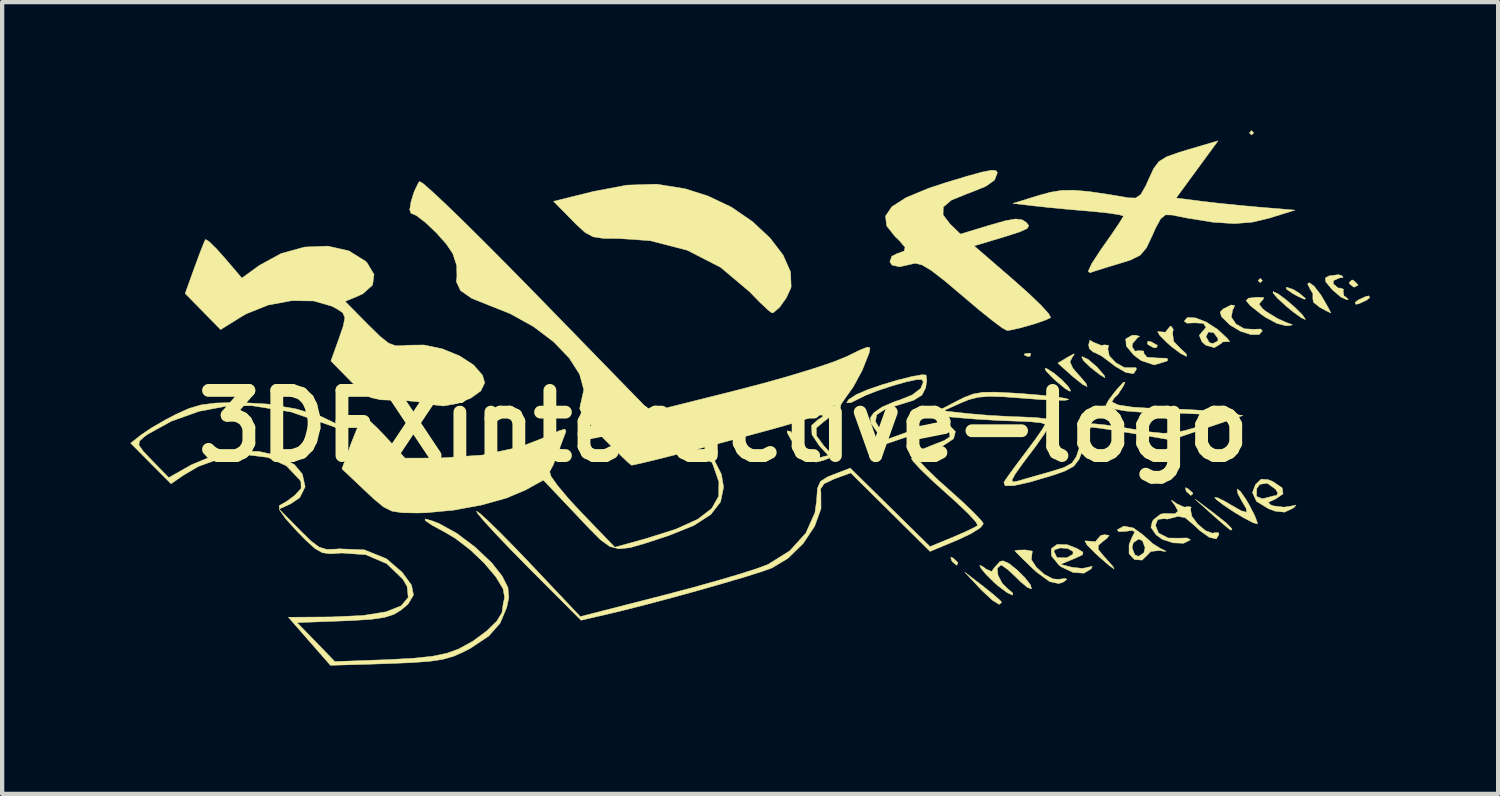
<source format=kicad_pcb>
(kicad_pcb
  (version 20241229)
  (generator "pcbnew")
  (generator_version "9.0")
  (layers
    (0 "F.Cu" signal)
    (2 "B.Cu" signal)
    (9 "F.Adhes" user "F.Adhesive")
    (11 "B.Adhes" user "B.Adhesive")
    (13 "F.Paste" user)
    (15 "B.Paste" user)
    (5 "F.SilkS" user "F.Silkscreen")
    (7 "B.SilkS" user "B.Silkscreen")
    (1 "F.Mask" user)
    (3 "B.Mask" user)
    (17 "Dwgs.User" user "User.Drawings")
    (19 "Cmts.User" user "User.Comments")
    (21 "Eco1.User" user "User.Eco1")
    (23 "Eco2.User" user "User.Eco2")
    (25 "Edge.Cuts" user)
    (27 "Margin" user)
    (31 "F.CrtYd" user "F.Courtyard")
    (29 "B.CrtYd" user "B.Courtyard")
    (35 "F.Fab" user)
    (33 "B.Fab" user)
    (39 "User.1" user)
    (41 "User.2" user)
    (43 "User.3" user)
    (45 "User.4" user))
  (footprint "3DFXinteractive-logo"
    (layer "F.Cu")
    (at 13.873 6.914)
    (property "Reference" "3DFXinteractive-logo" (at 0 0 0) (layer "F.SilkS") (effects (font (size 1.524 1.524) (thickness 0.3))))
    (attr through_hole)
    (fp_poly (pts (xy -10.388 1.937) (xy -10.387 1.95) (xy -10.396 1.941) (xy -10.388 1.937)) (stroke (width 0.01) (type solid)) (fill yes) (layer "F.SilkS"))
    (fp_poly (pts (xy 12.395 -6.858) (xy 12.344 -6.807) (xy 12.294 -6.858) (xy 12.344 -6.909) (xy 12.395 -6.858)) (stroke (width 0.01) (type solid)) (fill yes) (layer "F.SilkS"))
    (fp_poly (pts (xy 12.598 -3.404) (xy 12.548 -3.353) (xy 12.497 -3.404) (xy 12.548 -3.454) (xy 12.598 -3.404)) (stroke (width 0.01) (type solid)) (fill yes) (layer "F.SilkS"))
    (fp_poly (pts (xy 7.18 -1.693) (xy 7.166 -1.633) (xy 7.112 -1.626) (xy 7.028 -1.663) (xy 7.044 -1.693) (xy 7.165 -1.705) (xy 7.18 -1.693)) (stroke (width 0.01) (type solid)) (fill yes) (layer "F.SilkS"))
    (fp_poly (pts (xy 5.369 3.089) (xy 5.478 3.191) (xy 5.456 3.25) (xy 5.442 3.251) (xy 5.356 3.179) (xy 5.324 3.134) (xy 5.312 3.064) (xy 5.369 3.089)) (stroke (width 0.01) (type solid)) (fill yes) (layer "F.SilkS"))
    (fp_poly (pts (xy 10.002 -1.969) (xy 10.145 -1.887) (xy 10.121 -1.834) (xy 10.064 -1.829) (xy 9.927 -1.903) (xy 9.907 -1.929) (xy 9.923 -1.987) (xy 10.002 -1.969)) (stroke (width 0.01) (type solid)) (fill yes) (layer "F.SilkS"))
    (fp_poly (pts (xy 10.856 1.463) (xy 10.964 1.558) (xy 10.973 1.581) (xy 10.925 1.623) (xy 10.824 1.529) (xy 10.811 1.508) (xy 10.799 1.439) (xy 10.856 1.463)) (stroke (width 0.01) (type solid)) (fill yes) (layer "F.SilkS"))
    (fp_poly (pts (xy 11.455 2.031) (xy 11.758 2.27) (xy 11.888 2.404) (xy 11.862 2.437) (xy 11.779 2.374) (xy 11.592 2.215) (xy 11.43 2.072) (xy 11.024 1.708) (xy 11.455 2.031)) (stroke (width 0.01) (type solid)) (fill yes) (layer "F.SilkS"))
    (fp_poly (pts (xy 14.732 -3.404) (xy 14.829 -3.312) (xy 14.834 -3.296) (xy 14.755 -3.252) (xy 14.732 -3.251) (xy 14.634 -3.329) (xy 14.63 -3.359) (xy 14.693 -3.419) (xy 14.732 -3.404)) (stroke (width 0.01) (type solid)) (fill yes) (layer "F.SilkS"))
    (fp_poly (pts (xy 15.106 -3.003) (xy 15.037 -2.946) (xy 14.852 -2.86) (xy 14.783 -2.848) (xy 14.765 -2.89) (xy 14.834 -2.946) (xy 15.019 -3.032) (xy 15.088 -3.045) (xy 15.106 -3.003)) (stroke (width 0.01) (type solid)) (fill yes) (layer "F.SilkS"))
    (fp_poly (pts (xy 6.071 3.749) (xy 6.311 3.941) (xy 6.468 4.08) (xy 6.502 4.123) (xy 6.443 4.17) (xy 6.279 4.069) (xy 6.029 3.834) (xy 5.989 3.791) (xy 5.639 3.417) (xy 6.071 3.749)) (stroke (width 0.01) (type solid)) (fill yes) (layer "F.SilkS"))
    (fp_poly (pts (xy 13.322 -3.194) (xy 13.468 -3.102) (xy 13.606 -2.983) (xy 13.581 -2.964) (xy 13.405 -3.046) (xy 13.31 -3.099) (xy 13.163 -3.201) (xy 13.16 -3.247) (xy 13.163 -3.248) (xy 13.322 -3.194)) (stroke (width 0.01) (type solid)) (fill yes) (layer "F.SilkS"))
    (fp_poly (pts (xy 8.528 -1.556) (xy 8.718 -1.392) (xy 8.738 -1.372) (xy 8.901 -1.183) (xy 8.917 -1.129) (xy 8.788 -1.209) (xy 8.585 -1.368) (xy 8.419 -1.525) (xy 8.373 -1.614) (xy 8.39 -1.622) (xy 8.528 -1.556)) (stroke (width 0.01) (type solid)) (fill yes) (layer "F.SilkS"))
    (fp_poly (pts (xy 7.57 -1.337) (xy 7.737 -1.228) (xy 7.916 -1.073) (xy 8.058 -0.923) (xy 8.113 -0.826) (xy 8.095 -0.813) (xy 7.988 -0.876) (xy 7.794 -1.037) (xy 7.698 -1.124) (xy 7.537 -1.291) (xy 7.515 -1.354) (xy 7.57 -1.337)) (stroke (width 0.01) (type solid)) (fill yes) (layer "F.SilkS"))
    (fp_poly (pts (xy 12.973 -3.086) (xy 13.163 -2.944) (xy 13.368 -2.766) (xy 13.533 -2.602) (xy 13.602 -2.5) (xy 13.599 -2.491) (xy 13.509 -2.532) (xy 13.316 -2.672) (xy 13.157 -2.802) (xy 12.95 -2.992) (xy 12.846 -3.116) (xy 12.852 -3.145) (xy 12.973 -3.086)) (stroke (width 0.01) (type solid)) (fill yes) (layer "F.SilkS"))
    (fp_poly (pts (xy 8.19 -1.658) (xy 8.154 -1.617) (xy 8.097 -1.499) (xy 8.169 -1.348) (xy 8.3 -1.199) (xy 8.473 -0.999) (xy 8.5 -0.923) (xy 8.397 -0.973) (xy 8.178 -1.147) (xy 8.125 -1.194) (xy 7.814 -1.473) (xy 8.047 -1.612) (xy 8.195 -1.692) (xy 8.19 -1.658)) (stroke (width 0.01) (type solid)) (fill yes) (layer "F.SilkS"))
    (fp_poly (pts (xy 13.806 -3.273) (xy 13.96 -3.074) (xy 14.007 -2.997) (xy 14.133 -2.777) (xy 14.194 -2.655) (xy 14.195 -2.645) (xy 14.101 -2.691) (xy 13.941 -2.777) (xy 13.793 -2.894) (xy 13.778 -2.975) (xy 13.779 -3.097) (xy 13.718 -3.198) (xy 13.655 -3.323) (xy 13.694 -3.353) (xy 13.806 -3.273)) (stroke (width 0.01) (type solid)) (fill yes) (layer "F.SilkS"))
    (fp_poly (pts (xy 10.515 -2.261) (xy 10.497 -2.171) (xy 10.525 -1.978) (xy 10.678 -1.818) (xy 10.817 -1.69) (xy 10.827 -1.631) (xy 10.82 -1.631) (xy 10.69 -1.695) (xy 10.477 -1.855) (xy 10.364 -1.954) (xy 10.195 -2.124) (xy 10.147 -2.21) (xy 10.187 -2.208) (xy 10.332 -2.195) (xy 10.363 -2.238) (xy 10.44 -2.334) (xy 10.462 -2.337) (xy 10.515 -2.261)) (stroke (width 0.01) (type solid)) (fill yes) (layer "F.SilkS"))
    (fp_poly (pts (xy 11.952 -2.818) (xy 11.9 -2.708) (xy 11.871 -2.548) (xy 11.981 -2.387) (xy 12.174 -2.275) (xy 12.392 -2.264) (xy 12.556 -2.27) (xy 12.598 -2.226) (xy 12.521 -2.139) (xy 12.328 -2.14) (xy 12.084 -2.218) (xy 11.848 -2.36) (xy 11.817 -2.386) (xy 11.641 -2.561) (xy 11.611 -2.667) (xy 11.684 -2.74) (xy 11.869 -2.833) (xy 11.952 -2.818)) (stroke (width 0.01) (type solid)) (fill yes) (layer "F.SilkS"))
    (fp_poly (pts (xy 12.63 -3.006) (xy 12.609 -2.953) (xy 12.589 -2.939) (xy 12.52 -2.853) (xy 12.606 -2.74) (xy 12.698 -2.67) (xy 12.953 -2.514) (xy 13.155 -2.423) (xy 13.3 -2.371) (xy 13.249 -2.352) (xy 13.148 -2.347) (xy 12.94 -2.4) (xy 12.669 -2.545) (xy 12.568 -2.616) (xy 12.312 -2.82) (xy 12.217 -2.936) (xy 12.275 -2.991) (xy 12.462 -3.013) (xy 12.63 -3.006)) (stroke (width 0.01) (type solid)) (fill yes) (layer "F.SilkS"))
    (fp_poly (pts (xy 7.219 2.924) (xy 7.209 2.992) (xy 7.196 3.124) (xy 7.31 3.299) (xy 7.495 3.466) (xy 7.698 3.573) (xy 7.831 3.583) (xy 7.99 3.563) (xy 8.026 3.583) (xy 7.943 3.647) (xy 7.838 3.683) (xy 7.626 3.638) (xy 7.325 3.42) (xy 7.228 3.332) (xy 7.001 3.113) (xy 6.848 2.96) (xy 6.807 2.913) (xy 6.894 2.9) (xy 7.056 2.896) (xy 7.219 2.924)) (stroke (width 0.01) (type solid)) (fill yes) (layer "F.SilkS"))
    (fp_poly (pts (xy 9.015 2.556) (xy 8.959 2.628) (xy 8.884 2.684) (xy 8.761 2.789) (xy 8.761 2.887) (xy 8.892 3.046) (xy 8.933 3.091) (xy 9.102 3.281) (xy 9.131 3.341) (xy 9.032 3.274) (xy 8.814 3.087) (xy 8.703 2.985) (xy 8.496 2.777) (xy 8.446 2.684) (xy 8.525 2.689) (xy 8.696 2.703) (xy 8.738 2.648) (xy 8.821 2.556) (xy 8.909 2.54) (xy 9.015 2.556)) (stroke (width 0.01) (type solid)) (fill yes) (layer "F.SilkS"))
    (fp_poly (pts (xy 14.449 -3.523) (xy 14.487 -3.478) (xy 14.393 -3.462) (xy 14.26 -3.401) (xy 14.254 -3.327) (xy 14.371 -3.228) (xy 14.422 -3.228) (xy 14.498 -3.199) (xy 14.485 -3.161) (xy 14.505 -3.045) (xy 14.554 -3.014) (xy 14.608 -2.965) (xy 14.572 -2.954) (xy 14.434 -3.017) (xy 14.244 -3.179) (xy 14.226 -3.198) (xy 14.079 -3.373) (xy 14.071 -3.465) (xy 14.155 -3.512) (xy 14.37 -3.54) (xy 14.449 -3.523)) (stroke (width 0.01) (type solid)) (fill yes) (layer "F.SilkS"))
    (fp_poly (pts (xy 9.726 -2.1) (xy 9.677 -2.066) (xy 9.563 -1.933) (xy 9.55 -1.86) (xy 9.616 -1.752) (xy 9.702 -1.763) (xy 9.82 -1.756) (xy 9.829 -1.698) (xy 9.899 -1.611) (xy 10.15 -1.592) (xy 10.152 -1.592) (xy 10.366 -1.587) (xy 10.388 -1.541) (xy 10.355 -1.517) (xy 10.068 -1.43) (xy 9.763 -1.532) (xy 9.591 -1.66) (xy 9.416 -1.871) (xy 9.402 -2.038) (xy 9.547 -2.122) (xy 9.633 -2.126) (xy 9.726 -2.1)) (stroke (width 0.01) (type solid)) (fill yes) (layer "F.SilkS"))
    (fp_poly (pts (xy 8.648 -1.959) (xy 8.828 -1.887) (xy 8.904 -1.899) (xy 9 -1.89) (xy 8.985 -1.797) (xy 9.018 -1.642) (xy 9.171 -1.481) (xy 9.369 -1.369) (xy 9.538 -1.365) (xy 9.546 -1.369) (xy 9.643 -1.365) (xy 9.652 -1.327) (xy 9.584 -1.226) (xy 9.405 -1.254) (xy 9.154 -1.4) (xy 9.061 -1.473) (xy 8.839 -1.638) (xy 8.67 -1.724) (xy 8.647 -1.727) (xy 8.551 -1.811) (xy 8.534 -1.9) (xy 8.564 -2.01) (xy 8.648 -1.959)) (stroke (width 0.01) (type solid)) (fill yes) (layer "F.SilkS"))
    (fp_poly (pts (xy 12.079 1.523) (xy 12.208 1.706) (xy 12.286 1.837) (xy 12.415 2.087) (xy 12.479 2.254) (xy 12.479 2.287) (xy 12.38 2.259) (xy 12.164 2.146) (xy 11.961 2.026) (xy 11.698 1.852) (xy 11.524 1.719) (xy 11.481 1.668) (xy 11.556 1.678) (xy 11.745 1.774) (xy 11.823 1.821) (xy 12.101 1.98) (xy 12.229 2.016) (xy 12.22 1.927) (xy 12.13 1.775) (xy 12.025 1.581) (xy 12.007 1.472) (xy 12.008 1.471) (xy 12.079 1.523)) (stroke (width 0.01) (type solid)) (fill yes) (layer "F.SilkS"))
    (fp_poly (pts (xy -0.903 -5.551) (xy -0.366 -5.38) (xy 0.179 -5.121) (xy 0.671 -4.784) (xy 1.084 -4.399) (xy 1.391 -3.997) (xy 1.564 -3.606) (xy 1.578 -3.256) (xy 1.569 -3.223) (xy 1.464 -2.997) (xy 1.313 -2.785) (xy 1.17 -2.658) (xy 1.127 -2.647) (xy 1.032 -2.719) (xy 0.841 -2.9) (xy 0.602 -3.145) (xy -0.071 -3.712) (xy -0.852 -4.112) (xy -1.722 -4.336) (xy -2.448 -4.386) (xy -2.814 -4.389) (xy -3.053 -4.426) (xy -3.241 -4.528) (xy -3.455 -4.723) (xy -3.548 -4.818) (xy -3.978 -5.256) (xy -3.047 -5.487) (xy -2.263 -5.635) (xy -1.571 -5.658) (xy -0.903 -5.551)) (stroke (width 0.01) (type solid)) (fill yes) (layer "F.SilkS"))
    (fp_poly (pts (xy 6.669 3.211) (xy 6.858 3.361) (xy 7.045 3.546) (xy 7.176 3.713) (xy 7.199 3.808) (xy 7.105 3.774) (xy 6.93 3.628) (xy 6.857 3.555) (xy 6.657 3.365) (xy 6.51 3.259) (xy 6.483 3.251) (xy 6.399 3.322) (xy 6.415 3.487) (xy 6.512 3.675) (xy 6.629 3.792) (xy 6.761 3.906) (xy 6.756 3.954) (xy 6.625 3.892) (xy 6.414 3.734) (xy 6.325 3.656) (xy 6.137 3.47) (xy 6.018 3.325) (xy 5.986 3.253) (xy 6.061 3.286) (xy 6.135 3.343) (xy 6.265 3.401) (xy 6.335 3.305) (xy 6.46 3.168) (xy 6.531 3.15) (xy 6.669 3.211)) (stroke (width 0.01) (type solid)) (fill yes) (layer "F.SilkS"))
    (fp_poly (pts (xy 11.034 -2.53) (xy 11.284 -2.433) (xy 11.542 -2.266) (xy 11.586 -2.228) (xy 11.767 -2.06) (xy 11.838 -1.975) (xy 11.818 -1.976) (xy 11.669 -1.968) (xy 11.634 -1.932) (xy 11.476 -1.834) (xy 11.275 -1.89) (xy 11.184 -1.972) (xy 11.135 -2.091) (xy 11.278 -2.091) (xy 11.359 -1.951) (xy 11.438 -1.93) (xy 11.557 -1.989) (xy 11.559 -2.051) (xy 11.458 -2.185) (xy 11.336 -2.202) (xy 11.278 -2.091) (xy 11.135 -2.091) (xy 11.122 -2.123) (xy 11.171 -2.181) (xy 11.28 -2.309) (xy 11.219 -2.403) (xy 11.024 -2.414) (xy 10.835 -2.407) (xy 10.77 -2.452) (xy 10.845 -2.541) (xy 11.034 -2.53)) (stroke (width 0.01) (type solid)) (fill yes) (layer "F.SilkS"))
    (fp_poly (pts (xy 8.034 2.773) (xy 8.262 2.862) (xy 8.403 2.949) (xy 8.389 3.011) (xy 8.205 3.097) (xy 8.179 3.107) (xy 7.874 3.233) (xy 8.148 3.302) (xy 8.393 3.329) (xy 8.544 3.296) (xy 8.62 3.278) (xy 8.595 3.337) (xy 8.425 3.44) (xy 8.168 3.422) (xy 7.892 3.29) (xy 7.838 3.248) (xy 7.665 3.035) (xy 7.663 2.929) (xy 7.722 2.929) (xy 7.795 3.076) (xy 8.011 3.081) (xy 8.031 3.076) (xy 8.166 2.998) (xy 8.172 2.935) (xy 8.048 2.863) (xy 7.869 2.849) (xy 7.738 2.893) (xy 7.722 2.929) (xy 7.663 2.929) (xy 7.662 2.866) (xy 7.796 2.768) (xy 8.034 2.773)) (stroke (width 0.01) (type solid)) (fill yes) (layer "F.SilkS"))
    (fp_poly (pts (xy 9.584 2.384) (xy 9.806 2.544) (xy 9.814 2.552) (xy 10.034 2.749) (xy 10.211 2.86) (xy 10.347 2.926) (xy 10.293 2.928) (xy 10.192 2.91) (xy 9.989 2.931) (xy 9.916 3.008) (xy 9.785 3.134) (xy 9.606 3.121) (xy 9.48 2.984) (xy 9.48 2.845) (xy 9.55 2.845) (xy 9.614 3.01) (xy 9.703 3.048) (xy 9.827 2.963) (xy 9.855 2.845) (xy 9.792 2.679) (xy 9.703 2.642) (xy 9.579 2.726) (xy 9.55 2.845) (xy 9.48 2.845) (xy 9.48 2.772) (xy 9.544 2.615) (xy 9.616 2.471) (xy 9.544 2.44) (xy 9.41 2.461) (xy 9.239 2.47) (xy 9.204 2.424) (xy 9.359 2.339) (xy 9.584 2.384)) (stroke (width 0.01) (type solid)) (fill yes) (layer "F.SilkS"))
    (fp_poly (pts (xy 12.731 1.252) (xy 12.841 1.297) (xy 13.06 1.444) (xy 13.081 1.585) (xy 12.903 1.707) (xy 12.887 1.713) (xy 12.739 1.781) (xy 12.774 1.833) (xy 12.85 1.865) (xy 13.099 1.896) (xy 13.248 1.875) (xy 13.384 1.847) (xy 13.343 1.898) (xy 13.31 1.922) (xy 13.117 2.013) (xy 12.899 1.99) (xy 12.747 1.935) (xy 12.461 1.761) (xy 12.407 1.645) (xy 12.461 1.645) (xy 12.599 1.7) (xy 12.678 1.68) (xy 12.875 1.629) (xy 12.924 1.626) (xy 12.962 1.567) (xy 12.903 1.473) (xy 12.711 1.336) (xy 12.537 1.362) (xy 12.464 1.463) (xy 12.461 1.645) (xy 12.407 1.645) (xy 12.366 1.555) (xy 12.437 1.367) (xy 12.568 1.241) (xy 12.731 1.252)) (stroke (width 0.01) (type solid)) (fill yes) (layer "F.SilkS"))
    (fp_poly (pts (xy 10.517 1.758) (xy 10.587 1.812) (xy 10.769 1.895) (xy 10.866 1.883) (xy 10.931 1.894) (xy 10.918 1.955) (xy 10.948 2.109) (xy 11.085 2.293) (xy 11.268 2.446) (xy 11.432 2.506) (xy 11.473 2.494) (xy 11.572 2.495) (xy 11.582 2.534) (xy 11.52 2.637) (xy 11.358 2.602) (xy 11.133 2.442) (xy 11.028 2.341) (xy 10.793 2.142) (xy 10.615 2.109) (xy 10.577 2.124) (xy 10.376 2.175) (xy 10.296 2.165) (xy 10.151 2.183) (xy 10.098 2.319) (xy 10.166 2.496) (xy 10.171 2.502) (xy 10.393 2.617) (xy 10.63 2.621) (xy 10.837 2.616) (xy 10.912 2.655) (xy 10.909 2.663) (xy 10.758 2.74) (xy 10.513 2.731) (xy 10.26 2.649) (xy 10.111 2.542) (xy 9.992 2.368) (xy 10.025 2.227) (xy 10.058 2.185) (xy 10.216 2.061) (xy 10.301 2.043) (xy 10.552 2.051) (xy 10.626 1.987) (xy 10.553 1.854) (xy 10.466 1.734) (xy 10.517 1.758)) (stroke (width 0.01) (type solid)) (fill yes) (layer "F.SilkS"))
    (fp_poly (pts (xy -10.39 1.859) (xy -10.223 1.764) (xy -10.034 1.624) (xy -9.881 1.458) (xy -9.886 1.307) (xy -9.914 1.256) (xy -10.226 0.929) (xy -10.656 0.733) (xy -11.169 0.669) (xy -11.725 0.74) (xy -12.287 0.945) (xy -12.634 1.149) (xy -12.923 1.349) (xy -13.396 0.874) (xy -13.868 0.399) (xy -13.614 0.199) (xy -13.381 0.043) (xy -13.05 -0.149) (xy -12.809 -0.275) (xy -12.502 -0.413) (xy -12.216 -0.497) (xy -11.881 -0.539) (xy -11.425 -0.553) (xy -11.336 -0.554) (xy -10.659 -0.515) (xy -10.001 -0.402) (xy -9.417 -0.227) (xy -8.963 -0.006) (xy -8.879 0.054) (xy -8.838 0.109) (xy -8.966 0.077) (xy -9.155 0.001) (xy -10.122 -0.332) (xy -11.034 -0.477) (xy -11.617 -0.468) (xy -12.27 -0.345) (xy -12.918 -0.113) (xy -13.473 0.193) (xy -13.558 0.256) (xy -13.663 0.351) (xy -13.675 0.445) (xy -13.575 0.587) (xy -13.367 0.806) (xy -12.977 1.205) (xy -12.446 0.905) (xy -11.939 0.693) (xy -11.4 0.589) (xy -10.874 0.592) (xy -10.406 0.696) (xy -10.039 0.899) (xy -9.853 1.122) (xy -9.787 1.419) (xy -9.913 1.673) (xy -10.128 1.819) (xy -10.388 1.937) (xy -10.394 1.861) (xy -10.39 1.859)) (stroke (width 0.01) (type solid)) (fill yes) (layer "F.SilkS"))
    (fp_poly (pts (xy 11.071 -6.002) (xy 10.581 -5.334) (xy 11.158 -5.26) (xy 11.557 -5.213) (xy 12.052 -5.163) (xy 12.539 -5.118) (xy 12.548 -5.118) (xy 13.36 -5.05) (xy 12.751 -4.861) (xy 12.354 -4.767) (xy 11.935 -4.735) (xy 11.445 -4.767) (xy 10.835 -4.865) (xy 10.483 -4.936) (xy 10.334 -4.94) (xy 10.218 -4.848) (xy 10.095 -4.621) (xy 10.032 -4.476) (xy 9.889 -4.173) (xy 9.742 -3.997) (xy 9.517 -3.884) (xy 9.281 -3.81) (xy 8.945 -3.709) (xy 8.67 -3.622) (xy 8.566 -3.585) (xy 8.524 -3.62) (xy 8.608 -3.8) (xy 8.812 -4.112) (xy 8.867 -4.19) (xy 9.089 -4.507) (xy 9.257 -4.757) (xy 9.342 -4.897) (xy 9.347 -4.912) (xy 9.254 -4.942) (xy 9.007 -4.98) (xy 8.654 -5.017) (xy 8.56 -5.025) (xy 8.094 -5.065) (xy 7.63 -5.109) (xy 7.268 -5.148) (xy 6.763 -5.207) (xy 7.355 -5.39) (xy 7.636 -5.468) (xy 7.895 -5.51) (xy 8.178 -5.517) (xy 8.533 -5.486) (xy 9.006 -5.417) (xy 9.464 -5.339) (xy 9.633 -5.333) (xy 9.754 -5.414) (xy 9.874 -5.626) (xy 9.939 -5.773) (xy 10.057 -6.026) (xy 10.179 -6.187) (xy 10.36 -6.299) (xy 10.656 -6.403) (xy 10.853 -6.463) (xy 11.561 -6.671) (xy 11.071 -6.002)) (stroke (width 0.01) (type solid)) (fill yes) (layer "F.SilkS"))
    (fp_poly (pts (xy -12.039 -4.32) (xy -11.869 -4.154) (xy -11.674 -3.937) (xy -11.267 -3.461) (xy -10.859 -3.757) (xy -10.349 -4.036) (xy -9.799 -4.187) (xy -9.256 -4.209) (xy -8.767 -4.099) (xy -8.379 -3.858) (xy -8.34 -3.82) (xy -8.176 -3.545) (xy -8.21 -3.298) (xy -8.438 -3.094) (xy -8.545 -3.044) (xy -8.853 -2.916) (xy -8.318 -2.374) (xy -8.034 -2.096) (xy -7.836 -1.94) (xy -7.671 -1.878) (xy -7.488 -1.881) (xy -7.418 -1.891) (xy -7.009 -1.897) (xy -6.579 -1.806) (xy -6.176 -1.642) (xy -5.845 -1.427) (xy -5.637 -1.186) (xy -5.588 -1.01) (xy -5.679 -0.822) (xy -5.912 -0.654) (xy -6.224 -0.528) (xy -6.553 -0.47) (xy -6.838 -0.503) (xy -6.858 -0.511) (xy -7.068 -0.558) (xy -7.398 -0.592) (xy -7.675 -0.602) (xy -8.022 -0.615) (xy -8.255 -0.668) (xy -8.455 -0.795) (xy -8.703 -1.032) (xy -8.737 -1.066) (xy -9.185 -1.522) (xy -9.011 -2.006) (xy -8.897 -2.336) (xy -8.858 -2.532) (xy -8.907 -2.65) (xy -9.054 -2.747) (xy -9.163 -2.804) (xy -9.587 -2.926) (xy -10.105 -2.932) (xy -10.653 -2.83) (xy -11.162 -2.626) (xy -11.273 -2.562) (xy -11.764 -2.257) (xy -12.593 -3.101) (xy -12.374 -3.709) (xy -12.255 -4.032) (xy -12.162 -4.27) (xy -12.118 -4.365) (xy -12.039 -4.32)) (stroke (width 0.01) (type solid)) (fill yes) (layer "F.SilkS"))
    (fp_poly (pts (xy -8.293 -0.133) (xy -8.095 0.049) (xy -7.883 0.273) (xy -7.452 0.749) (xy -6.647 0.746) (xy -5.643 0.678) (xy -4.754 0.487) (xy -4.129 0.242) (xy -3.849 0.11) (xy -3.714 0.07) (xy -3.688 0.117) (xy -3.707 0.176) (xy -3.793 0.402) (xy -3.886 0.66) (xy -3.985 0.907) (xy -4.07 1.067) (xy -4.036 1.178) (xy -3.878 1.4) (xy -3.621 1.705) (xy -3.347 2.001) (xy -2.545 2.833) (xy -1.819 2.632) (xy -1.118 2.41) (xy -0.609 2.18) (xy -0.279 1.927) (xy -0.117 1.639) (xy -0.112 1.303) (xy -0.25 0.905) (xy -0.26 0.884) (xy -0.419 0.559) (xy -0.212 0.813) (xy -0.053 1.126) (xy -0.002 1.429) (xy -0.073 1.773) (xy -0.3 2.067) (xy -0.699 2.325) (xy -1.284 2.56) (xy -1.321 2.572) (xy -1.829 2.739) (xy -2.19 2.843) (xy -2.453 2.871) (xy -2.667 2.814) (xy -2.88 2.66) (xy -3.141 2.398) (xy -3.419 2.104) (xy -4.216 1.263) (xy -4.63 1.493) (xy -5.081 1.684) (xy -5.666 1.847) (xy -6.314 1.966) (xy -6.957 2.027) (xy -7.176 2.032) (xy -7.52 2.026) (xy -7.755 1.99) (xy -7.953 1.892) (xy -8.182 1.703) (xy -8.381 1.516) (xy -8.927 1) (xy -8.71 0.398) (xy -8.585 0.086) (xy -8.472 -0.131) (xy -8.404 -0.203) (xy -8.293 -0.133)) (stroke (width 0.01) (type solid)) (fill yes) (layer "F.SilkS"))
    (fp_poly (pts (xy 6.367 -5.976) (xy 6.399 -5.927) (xy 6.399 -5.918) (xy 6.334 -5.753) (xy 6.127 -5.605) (xy 5.75 -5.454) (xy 5.708 -5.44) (xy 5.325 -5.284) (xy 5.135 -5.122) (xy 5.131 -4.939) (xy 5.294 -4.725) (xy 5.537 -4.49) (xy 6.221 -4.698) (xy 6.595 -4.804) (xy 6.831 -4.844) (xy 6.98 -4.824) (xy 7.071 -4.767) (xy 7.136 -4.689) (xy 7.097 -4.62) (xy 6.922 -4.541) (xy 6.584 -4.432) (xy 6.547 -4.421) (xy 5.857 -4.214) (xy 6.789 -3.408) (xy 7.141 -3.094) (xy 7.42 -2.826) (xy 7.597 -2.632) (xy 7.647 -2.539) (xy 7.646 -2.537) (xy 7.503 -2.47) (xy 7.244 -2.383) (xy 6.952 -2.3) (xy 6.709 -2.245) (xy 6.626 -2.235) (xy 6.512 -2.298) (xy 6.28 -2.471) (xy 5.962 -2.726) (xy 5.594 -3.038) (xy 5.58 -3.05) (xy 5.157 -3.407) (xy 4.853 -3.641) (xy 4.64 -3.768) (xy 4.491 -3.806) (xy 4.428 -3.796) (xy 4.113 -3.725) (xy 3.938 -3.764) (xy 3.886 -3.842) (xy 3.931 -3.97) (xy 4.053 -4.032) (xy 4.221 -4.093) (xy 4.242 -4.181) (xy 4.11 -4.336) (xy 4.013 -4.428) (xy 3.813 -4.679) (xy 3.784 -4.91) (xy 3.933 -5.129) (xy 4.266 -5.343) (xy 4.791 -5.561) (xy 5.189 -5.692) (xy 5.7 -5.846) (xy 6.046 -5.941) (xy 6.259 -5.983) (xy 6.367 -5.976)) (stroke (width 0.01) (type solid)) (fill yes) (layer "F.SilkS"))
    (fp_poly (pts (xy -9.914 2.43) (xy -9.647 2.691) (xy -9.456 2.832) (xy -9.279 2.884) (xy -9.052 2.876) (xy -8.995 2.87) (xy -8.401 2.894) (xy -7.885 3.103) (xy -7.518 3.42) (xy -7.3 3.718) (xy -7.253 3.951) (xy -7.381 4.163) (xy -7.548 4.305) (xy -7.716 4.405) (xy -7.929 4.473) (xy -8.234 4.518) (xy -8.678 4.547) (xy -8.904 4.556) (xy -9.976 4.596) (xy -9.534 5.051) (xy -9.093 5.506) (xy -7.874 5.462) (xy -7.266 5.43) (xy -6.814 5.383) (xy -6.471 5.312) (xy -6.198 5.213) (xy -5.86 5.027) (xy -5.546 4.795) (xy -5.305 4.56) (xy -5.185 4.365) (xy -5.18 4.33) (xy -5.154 4.143) (xy -5.122 4.007) (xy -5.159 3.803) (xy -5.329 3.524) (xy -5.595 3.209) (xy -5.922 2.896) (xy -6.275 2.625) (xy -6.517 2.482) (xy -6.822 2.316) (xy -6.979 2.208) (xy -6.981 2.171) (xy -6.818 2.215) (xy -6.651 2.281) (xy -6.241 2.508) (xy -5.806 2.835) (xy -5.42 3.202) (xy -5.178 3.511) (xy -5.044 3.777) (xy -5.025 4.016) (xy -5.074 4.243) (xy -5.228 4.609) (xy -5.495 4.911) (xy -5.912 5.19) (xy -6.093 5.285) (xy -6.319 5.384) (xy -6.565 5.454) (xy -6.877 5.501) (xy -7.3 5.532) (xy -7.871 5.555) (xy -9.195 5.595) (xy -9.687 5.033) (xy -10.179 4.47) (xy -9.179 4.463) (xy -8.439 4.43) (xy -7.893 4.343) (xy -7.54 4.202) (xy -7.377 4.006) (xy -7.402 3.752) (xy -7.5 3.582) (xy -7.878 3.218) (xy -8.368 3.008) (xy -8.93 2.968) (xy -8.949 2.97) (xy -9.202 2.987) (xy -9.386 2.961) (xy -9.558 2.863) (xy -9.775 2.666) (xy -9.976 2.461) (xy -10.242 2.166) (xy -10.387 1.959) (xy -10.387 1.95) (xy -9.914 2.43)) (stroke (width 0.01) (type solid)) (fill yes) (layer "F.SilkS"))
    (fp_poly (pts (xy -7.027 -5.67) (xy -6.818 -5.487) (xy -6.499 -5.189) (xy -6.087 -4.79) (xy -5.598 -4.306) (xy -5.048 -3.753) (xy -4.452 -3.146) (xy -4.375 -3.068) (xy -1.711 -0.332) (xy 0.287 -0.833) (xy 0.941 -1.004) (xy 1.568 -1.181) (xy 2.126 -1.352) (xy 2.573 -1.503) (xy 2.866 -1.622) (xy 2.875 -1.626) (xy 3.19 -1.78) (xy 3.36 -1.847) (xy 3.421 -1.832) (xy 3.409 -1.739) (xy 3.396 -1.696) (xy 3.24 -1.303) (xy 3.03 -0.915) (xy 2.858 -0.675) (xy 2.743 -0.509) (xy 2.725 -0.424) (xy 2.68 -0.34) (xy 2.635 -0.32) (xy 2.563 -0.338) (xy 2.592 -0.409) (xy 2.617 -0.492) (xy 2.554 -0.466) (xy 2.478 -0.347) (xy 2.49 -0.303) (xy 2.457 -0.193) (xy 2.34 -0.103) (xy 2.165 0.044) (xy 2.169 0.225) (xy 2.35 0.472) (xy 2.352 0.474) (xy 2.571 0.706) (xy 2.327 0.804) (xy 2.158 0.843) (xy 2.005 0.783) (xy 1.806 0.594) (xy 1.753 0.536) (xy 1.574 0.313) (xy 1.485 0.153) (xy 1.487 0.11) (xy 1.572 0.128) (xy 1.595 0.173) (xy 1.753 0.455) (xy 1.969 0.663) (xy 2.188 0.745) (xy 2.24 0.739) (xy 2.449 0.685) (xy 2.24 0.463) (xy 2.066 0.202) (xy 2.055 -0.013) (xy 2.199 -0.144) (xy 2.316 -0.22) (xy 2.316 -0.258) (xy 2.2 -0.255) (xy 1.974 -0.184) (xy 1.91 -0.158) (xy 1.742 -0.103) (xy 1.421 -0.01) (xy 0.987 0.111) (xy 0.474 0.25) (xy -0.078 0.397) (xy -0.633 0.543) (xy -1.154 0.677) (xy -1.602 0.79) (xy -1.941 0.871) (xy -2.133 0.912) (xy -2.158 0.914) (xy -2.239 0.847) (xy -2.427 0.667) (xy -2.689 0.408) (xy -2.817 0.279) (xy -3.122 -0.041) (xy -3.212 -0.152) (xy -1.829 -0.152) (xy -1.778 -0.102) (xy -1.727 -0.152) (xy -1.778 -0.203) (xy -1.829 -0.152) (xy -3.212 -0.152) (xy -3.298 -0.259) (xy -3.366 -0.408) (xy -3.347 -0.524) (xy -3.34 -0.537) (xy -3.271 -0.851) (xy -3.369 -1.211) (xy -3.613 -1.593) (xy -3.98 -1.973) (xy -4.447 -2.326) (xy -4.991 -2.628) (xy -5.447 -2.809) (xy -5.893 -2.988) (xy -6.155 -3.171) (xy -6.251 -3.377) (xy -6.238 -3.509) (xy -6.244 -3.758) (xy -6.336 -4.038) (xy -6.337 -4.038) (xy -6.49 -4.263) (xy -6.718 -4.519) (xy -6.967 -4.756) (xy -7.188 -4.925) (xy -7.313 -4.978) (xy -7.342 -5.059) (xy -7.31 -5.252) (xy -7.238 -5.482) (xy -7.146 -5.675) (xy -7.112 -5.721) (xy -7.027 -5.67)) (stroke (width 0.01) (type solid)) (fill yes) (layer "F.SilkS"))
    (fp_poly (pts (xy 9.385 -1.026) (xy 9.352 -0.945) (xy 9.221 -0.741) (xy 9.125 -0.649) (xy 9.078 -0.565) (xy 9.222 -0.496) (xy 9.545 -0.445) (xy 10.033 -0.413) (xy 10.312 -0.406) (xy 10.79 -0.391) (xy 11.249 -0.363) (xy 11.61 -0.329) (xy 11.684 -0.319) (xy 12.141 -0.246) (xy 10.458 0.324) (xy 9.527 0.165) (xy 9.121 0.098) (xy 8.801 0.05) (xy 8.611 0.027) (xy 8.579 0.028) (xy 8.541 0.129) (xy 8.462 0.36) (xy 8.414 0.508) (xy 8.311 0.777) (xy 8.185 0.941) (xy 7.97 1.055) (xy 7.722 1.142) (xy 7.17 1.307) (xy 6.788 1.392) (xy 6.581 1.396) (xy 6.553 1.316) (xy 6.556 1.309) (xy 6.657 1.161) (xy 6.843 0.906) (xy 7.073 0.6) (xy 7.079 0.592) (xy 7.295 0.301) (xy 7.452 0.075) (xy 7.518 -0.04) (xy 7.518 -0.043) (xy 7.426 -0.075) (xy 7.185 -0.101) (xy 6.883 -0.114) (xy 6.425 -0.131) (xy 5.899 -0.163) (xy 5.537 -0.192) (xy 4.826 -0.256) (xy 5.373 -0.543) (xy 5.628 -0.672) (xy 5.839 -0.751) (xy 6.061 -0.79) (xy 6.35 -0.794) (xy 6.763 -0.773) (xy 6.975 -0.759) (xy 7.415 -0.723) (xy 7.774 -0.683) (xy 8.005 -0.646) (xy 8.07 -0.622) (xy 7.992 -0.603) (xy 7.753 -0.604) (xy 7.39 -0.622) (xy 7.047 -0.648) (xy 6.55 -0.685) (xy 6.201 -0.695) (xy 5.948 -0.674) (xy 5.735 -0.619) (xy 5.559 -0.547) (xy 5.133 -0.356) (xy 5.741 -0.29) (xy 6.213 -0.25) (xy 6.729 -0.222) (xy 6.968 -0.214) (xy 7.305 -0.199) (xy 7.555 -0.169) (xy 7.65 -0.139) (xy 7.625 -0.034) (xy 7.498 0.184) (xy 7.298 0.47) (xy 7.278 0.496) (xy 6.992 0.875) (xy 6.818 1.12) (xy 6.744 1.255) (xy 6.756 1.305) (xy 6.843 1.294) (xy 6.871 1.287) (xy 7.071 1.229) (xy 7.386 1.139) (xy 7.633 1.069) (xy 7.958 0.968) (xy 8.144 0.866) (xy 8.25 0.71) (xy 8.333 0.451) (xy 8.424 0.17) (xy 8.506 -0.016) (xy 8.534 -0.051) (xy 8.661 -0.054) (xy 8.938 -0.026) (xy 9.316 0.029) (xy 9.511 0.062) (xy 9.958 0.135) (xy 10.274 0.167) (xy 10.526 0.157) (xy 10.783 0.105) (xy 11.002 0.042) (xy 11.332 -0.076) (xy 11.463 -0.168) (xy 11.394 -0.237) (xy 11.125 -0.281) (xy 10.654 -0.302) (xy 10.452 -0.303) (xy 9.871 -0.316) (xy 9.409 -0.352) (xy 9.093 -0.406) (xy 8.948 -0.475) (xy 8.941 -0.495) (xy 9.002 -0.606) (xy 9.15 -0.803) (xy 9.201 -0.864) (xy 9.35 -1.026) (xy 9.385 -1.026)) (stroke (width 0.01) (type solid)) (fill yes) (layer "F.SilkS"))
    (fp_poly (pts (xy 4.732 -1.195) (xy 4.75 -1.067) (xy 4.723 -0.893) (xy 4.635 -0.723) (xy 4.441 -0.603) (xy 4.165 -0.518) (xy 3.778 -0.396) (xy 3.578 -0.265) (xy 3.549 -0.108) (xy 3.657 0.076) (xy 3.842 0.303) (xy 4.465 0.079) (xy 4.849 -0.044) (xy 5.098 -0.081) (xy 5.258 -0.039) (xy 5.262 -0.036) (xy 5.419 0.129) (xy 5.377 0.295) (xy 5.138 0.455) (xy 5.011 0.507) (xy 4.739 0.615) (xy 4.557 0.702) (xy 4.525 0.724) (xy 4.571 0.811) (xy 4.744 0.999) (xy 5.012 1.257) (xy 5.255 1.474) (xy 5.588 1.773) (xy 5.857 2.032) (xy 6.03 2.216) (xy 6.074 2.282) (xy 6.003 2.377) (xy 5.787 2.513) (xy 5.473 2.662) (xy 5.465 2.665) (xy 4.826 2.931) (xy 3.899 2.013) (xy 2.971 1.095) (xy 2.597 1.231) (xy 2.35 1.346) (xy 2.265 1.471) (xy 2.274 1.562) (xy 2.276 1.932) (xy 2.127 2.343) (xy 1.859 2.746) (xy 1.505 3.091) (xy 1.132 3.316) (xy 0.896 3.401) (xy 0.503 3.525) (xy -0.005 3.675) (xy -0.586 3.841) (xy -1.199 4.01) (xy -1.804 4.171) (xy -2.359 4.312) (xy -2.721 4.399) (xy -3.336 4.541) (xy -4.584 3.29) (xy -4.986 2.881) (xy -5.329 2.522) (xy -5.59 2.238) (xy -5.747 2.052) (xy -5.782 1.989) (xy -5.7 2.043) (xy -5.503 2.222) (xy -5.215 2.504) (xy -4.859 2.866) (xy -4.542 3.197) (xy -3.353 4.455) (xy -1.397 3.954) (xy -0.76 3.786) (xy -0.158 3.618) (xy 0.368 3.463) (xy 0.778 3.332) (xy 1.032 3.237) (xy 1.037 3.235) (xy 1.546 2.917) (xy 1.921 2.503) (xy 2.134 2.027) (xy 2.173 1.746) (xy 2.193 1.454) (xy 2.265 1.292) (xy 2.436 1.185) (xy 2.573 1.131) (xy 2.96 0.983) (xy 3.893 1.901) (xy 4.826 2.819) (xy 5.354 2.601) (xy 5.654 2.471) (xy 5.871 2.366) (xy 5.941 2.323) (xy 5.894 2.236) (xy 5.721 2.049) (xy 5.452 1.791) (xy 5.21 1.574) (xy 4.877 1.274) (xy 4.607 1.014) (xy 4.434 0.827) (xy 4.389 0.759) (xy 4.459 0.656) (xy 4.677 0.529) (xy 4.873 0.449) (xy 5.164 0.335) (xy 5.29 0.25) (xy 5.284 0.167) (xy 5.243 0.119) (xy 5.139 0.05) (xy 4.99 0.041) (xy 4.746 0.099) (xy 4.454 0.194) (xy 3.81 0.412) (xy 3.585 0.134) (xy 3.444 -0.066) (xy 3.43 -0.196) (xy 3.514 -0.315) (xy 3.705 -0.446) (xy 3.999 -0.573) (xy 4.113 -0.609) (xy 4.412 -0.73) (xy 4.609 -0.882) (xy 4.668 -1.03) (xy 4.636 -1.087) (xy 4.517 -1.088) (xy 4.267 -1.034) (xy 3.946 -0.943) (xy 3.612 -0.833) (xy 3.326 -0.722) (xy 3.166 -0.642) (xy 2.977 -0.549) (xy 2.877 -0.543) (xy 2.92 -0.618) (xy 3.094 -0.732) (xy 3.115 -0.743) (xy 3.365 -0.85) (xy 3.698 -0.965) (xy 4.058 -1.072) (xy 4.388 -1.156) (xy 4.632 -1.2) (xy 4.732 -1.195)) (stroke (width 0.01) (type solid)) (fill yes) (layer "F.SilkS")))
  (gr_rect
    (start -3 -3)
    (end 31.984 15.514)
    (stroke (width 0.1) (type default))
    (fill no)
    (layer "Edge.Cuts")))
</source>
